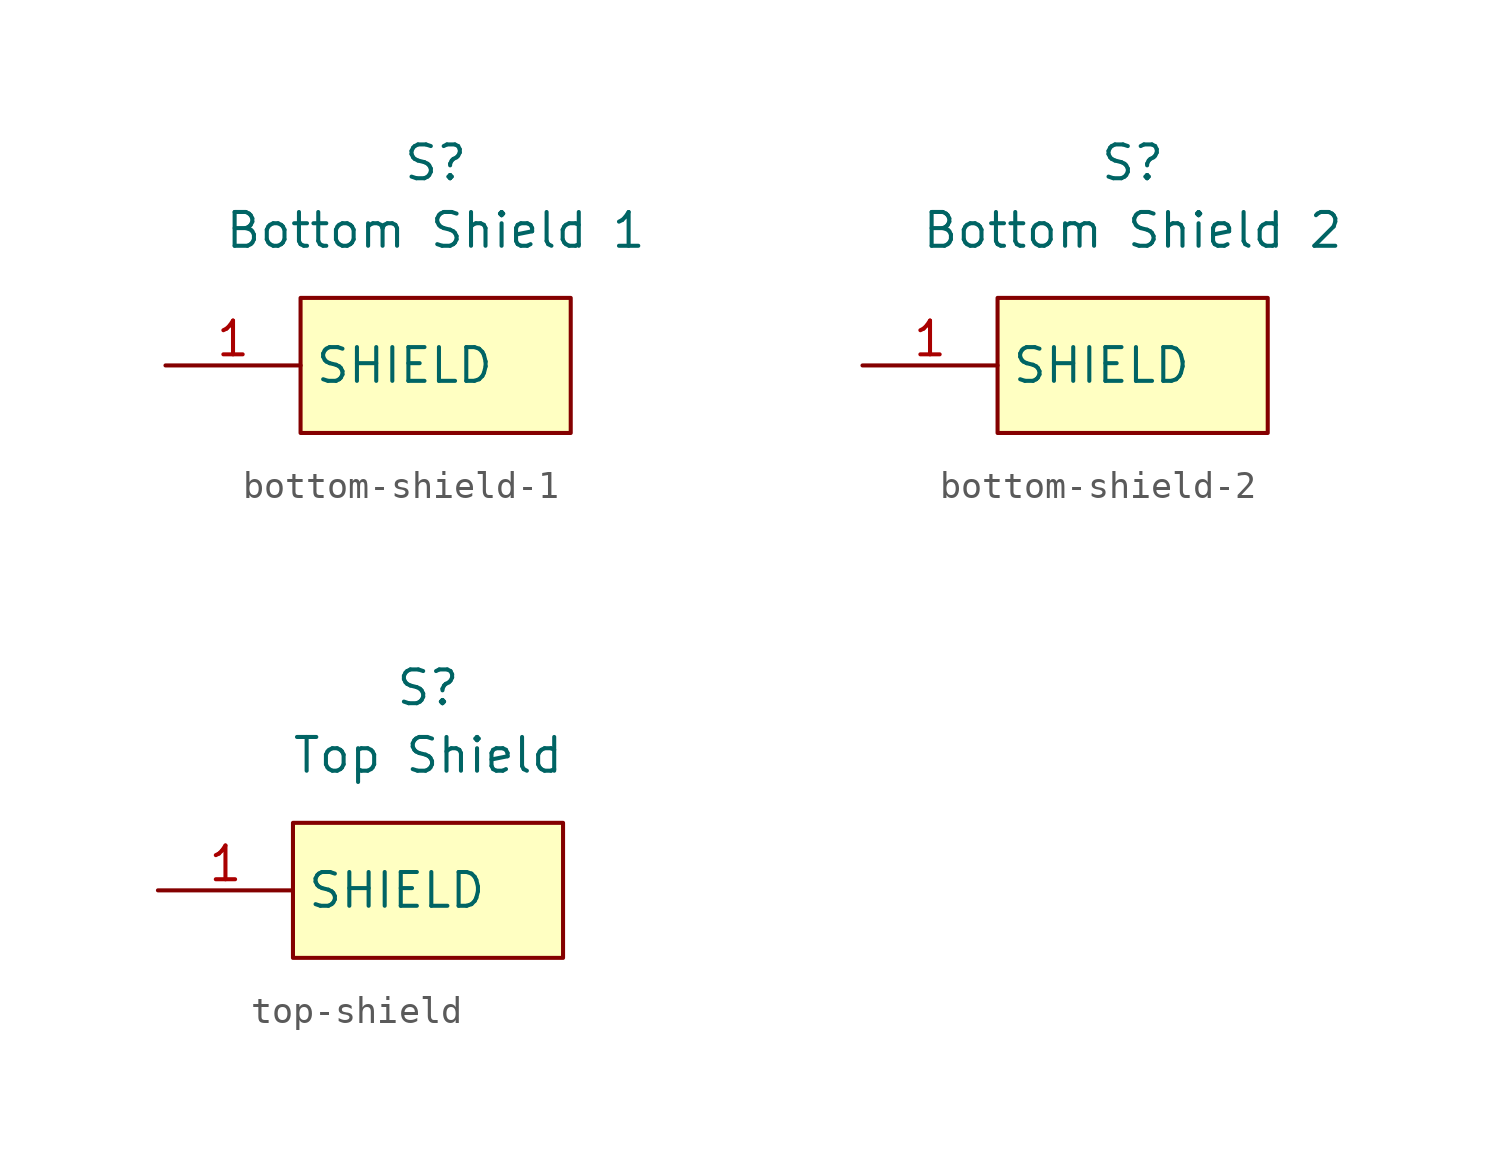
<source format=kicad_sym>
(kicad_symbol_lib
  (version 20241209)
  (generator "kicad_symbol_editor")
  (generator_version "9.0")
  (symbol "bottom-shield-1"
    (property "Reference" "S"
      (at 0 5.08 0)
      (effects (font (size 1.27 1.27))))
    (property "Value" "Bottom Shield 1"
      (at 0 2.54 0)
      (effects (font (size 1.27 1.27))))
    (symbol "bottom-shield-1_1_1"
      (rectangle (start -5.08 0) (end 5.08 -5.08) (stroke (width 0) (type solid)) (fill (type background)))
      (pin input line (at -10.16 -2.54 0) (length 5.08) (name "SHIELD" (effects (font (size 1.27 1.27)))) (number "1" (effects (font (size 1.27 1.27)))))))
  (symbol "bottom-shield-2"
    (property "Reference" "S"
      (at 0 5.08 0)
      (effects (font (size 1.27 1.27))))
    (property "Value" "Bottom Shield 2"
      (at 0 2.54 0)
      (effects (font (size 1.27 1.27))))
    (symbol "bottom-shield-2_1_1"
      (rectangle (start -5.08 0) (end 5.08 -5.08) (stroke (width 0) (type solid)) (fill (type background)))
      (pin input line (at -10.16 -2.54 0) (length 5.08) (name "SHIELD" (effects (font (size 1.27 1.27)))) (number "1" (effects (font (size 1.27 1.27)))))))
  (symbol "top-shield"
    (property "Reference" "S"
      (at 0 5.08 0)
      (effects (font (size 1.27 1.27))))
    (property "Value" "Top Shield"
      (at 0 2.54 0)
      (effects (font (size 1.27 1.27))))
    (symbol "top-shield_1_1"
      (rectangle (start -5.08 0) (end 5.08 -5.08) (stroke (width 0) (type solid)) (fill (type background)))
      (pin input line (at -10.16 -2.54 0) (length 5.08) (name "SHIELD" (effects (font (size 1.27 1.27)))) (number "1" (effects (font (size 1.27 1.27))))))))
</source>
